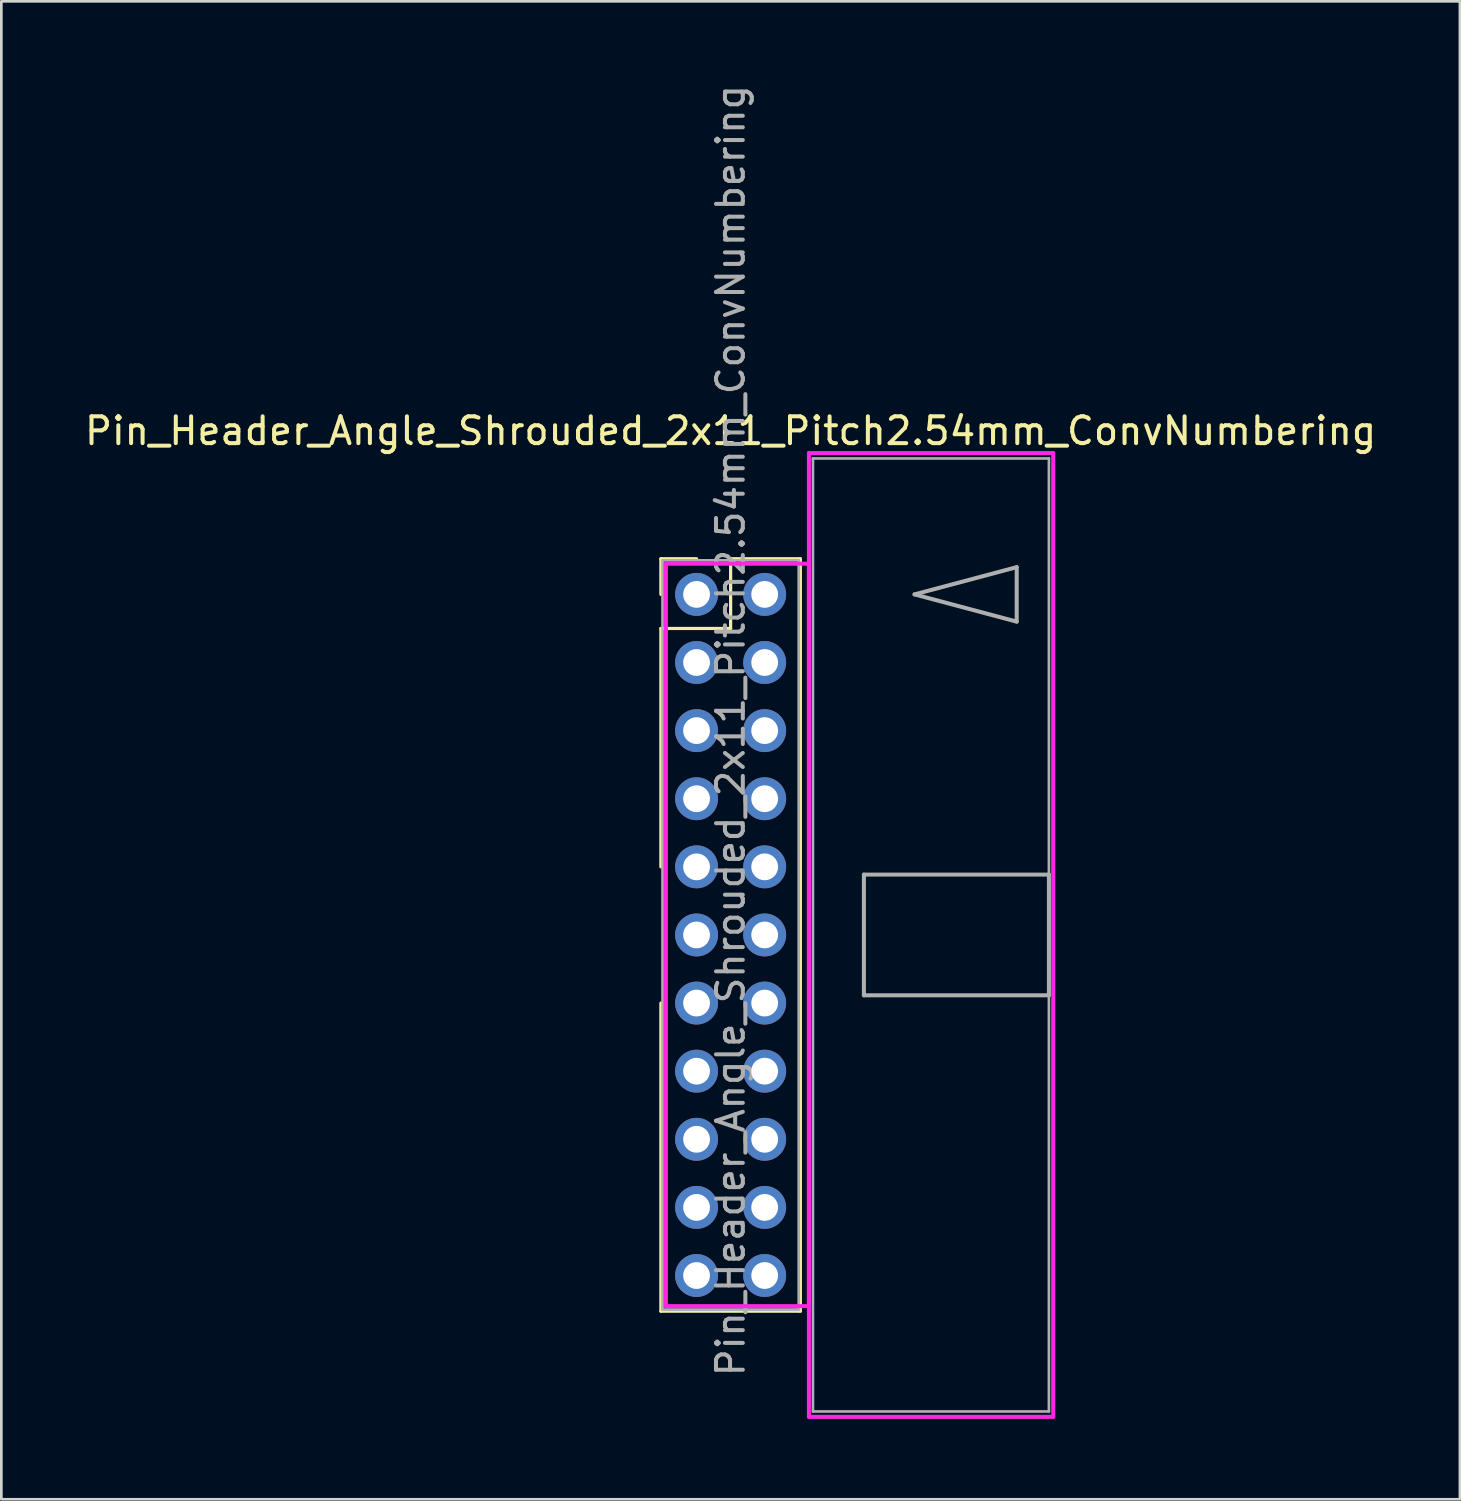
<source format=kicad_pcb>
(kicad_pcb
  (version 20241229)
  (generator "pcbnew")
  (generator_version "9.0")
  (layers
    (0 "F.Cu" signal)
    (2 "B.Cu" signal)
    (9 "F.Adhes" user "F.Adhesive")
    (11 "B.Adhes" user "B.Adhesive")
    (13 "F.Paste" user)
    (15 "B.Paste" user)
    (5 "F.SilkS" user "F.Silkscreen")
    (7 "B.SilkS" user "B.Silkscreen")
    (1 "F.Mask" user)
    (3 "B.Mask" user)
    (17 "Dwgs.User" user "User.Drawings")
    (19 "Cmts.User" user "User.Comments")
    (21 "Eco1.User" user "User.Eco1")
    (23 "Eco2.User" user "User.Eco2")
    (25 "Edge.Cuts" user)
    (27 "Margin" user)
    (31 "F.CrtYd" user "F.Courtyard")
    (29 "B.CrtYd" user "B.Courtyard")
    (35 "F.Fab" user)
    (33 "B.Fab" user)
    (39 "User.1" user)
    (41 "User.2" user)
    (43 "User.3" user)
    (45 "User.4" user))
  (footprint "Pin_Header_Angle_Shrouded_2x11_Pitch2.54mm_ConvNumbering"
    (layer "F.Cu")
    (at 22.926 19.116)
    (property "Reference" "Pin_Header_Angle_Shrouded_2x11_Pitch2.54mm_ConvNumbering" (at 1.27 -6.096 0) (layer "F.SilkS") (effects (font (size 1 1) (thickness 0.15))))
    (attr through_hole)
    (fp_line (start -1.33 -1.33) (end 0 -1.33) (stroke (width 0.12) (type solid)) (layer "F.SilkS"))
    (fp_line (start -1.33 0) (end -1.33 -1.33) (stroke (width 0.12) (type solid)) (layer "F.SilkS"))
    (fp_line (start -1.33 1.27) (end -1.33 10.16) (stroke (width 0.12) (type solid)) (layer "F.SilkS"))
    (fp_line (start -1.33 1.27) (end 1.27 1.27) (stroke (width 0.12) (type solid)) (layer "F.SilkS"))
    (fp_line (start -1.33 15.24) (end -1.33 26.73) (stroke (width 0.12) (type solid)) (layer "F.SilkS"))
    (fp_line (start -1.33 26.73) (end 3.87 26.73) (stroke (width 0.12) (type solid)) (layer "F.SilkS"))
    (fp_line (start 1.27 -1.33) (end 3.87 -1.33) (stroke (width 0.12) (type solid)) (layer "F.SilkS"))
    (fp_line (start 1.27 1.27) (end 1.27 -1.33) (stroke (width 0.12) (type solid)) (layer "F.SilkS"))
    (fp_line (start 3.87 -1.33) (end 3.87 26.73) (stroke (width 0.12) (type solid)) (layer "F.SilkS"))
    (fp_line (start -1.143 -1.143) (end -1.143 26.543) (stroke (width 0.15) (type solid)) (layer "F.CrtYd"))
    (fp_line (start -1.143 26.543) (end 4.19 26.543) (stroke (width 0.15) (type solid)) (layer "F.CrtYd"))
    (fp_line (start 4.19 -5.27) (end 4.19 30.67) (stroke (width 0.15) (type solid)) (layer "F.CrtYd"))
    (fp_line (start 4.19 -1.143) (end -1.143 -1.143) (stroke (width 0.15) (type solid)) (layer "F.CrtYd"))
    (fp_line (start 4.19 26.543) (end 4.19 -1.143) (stroke (width 0.15) (type solid)) (layer "F.CrtYd"))
    (fp_line (start 4.19 30.67) (end 13.3 30.67) (stroke (width 0.15) (type solid)) (layer "F.CrtYd"))
    (fp_line (start 13.3 -5.27) (end 4.19 -5.27) (stroke (width 0.15) (type solid)) (layer "F.CrtYd"))
    (fp_line (start 13.3 30.67) (end 13.3 -5.27) (stroke (width 0.15) (type solid)) (layer "F.CrtYd"))
    (fp_line (start -1.27 -1.27) (end -1.27 26.67) (stroke (width 0.1) (type solid)) (layer "F.Fab"))
    (fp_line (start -1.27 26.67) (end 3.81 26.67) (stroke (width 0.1) (type solid)) (layer "F.Fab"))
    (fp_line (start 3.81 -1.27) (end -1.27 -1.27) (stroke (width 0.1) (type solid)) (layer "F.Fab"))
    (fp_line (start 3.81 26.67) (end 3.81 -1.27) (stroke (width 0.1) (type solid)) (layer "F.Fab"))
    (fp_line (start 4.34 -5.07) (end 4.34 30.47) (stroke (width 0.1) (type solid)) (layer "F.Fab"))
    (fp_line (start 4.34 30.47) (end 13.14 30.47) (stroke (width 0.1) (type solid)) (layer "F.Fab"))
    (fp_line (start 6.24 10.45) (end 6.24 14.95) (stroke (width 0.15) (type solid)) (layer "F.Fab"))
    (fp_line (start 6.24 14.95) (end 13.14 14.95) (stroke (width 0.15) (type solid)) (layer "F.Fab"))
    (fp_line (start 8.128 0) (end 11.938 -1.016) (stroke (width 0.15) (type solid)) (layer "F.Fab"))
    (fp_line (start 11.938 -1.016) (end 11.938 1.016) (stroke (width 0.15) (type solid)) (layer "F.Fab"))
    (fp_line (start 11.938 1.016) (end 8.128 0) (stroke (width 0.15) (type solid)) (layer "F.Fab"))
    (fp_line (start 13.14 -5.07) (end 4.34 -5.07) (stroke (width 0.1) (type solid)) (layer "F.Fab"))
    (fp_line (start 13.14 10.45) (end 6.24 10.45) (stroke (width 0.15) (type solid)) (layer "F.Fab"))
    (fp_line (start 13.14 14.95) (end 13.14 10.45) (stroke (width 0.15) (type solid)) (layer "F.Fab"))
    (fp_line (start 13.14 30.47) (end 13.14 -5.07) (stroke (width 0.1) (type solid)) (layer "F.Fab"))
    (fp_text user "${REFERENCE}" (at 1.27 5.08 90) (layer "F.Fab") (effects (font (size 1 1) (thickness 0.15))))
    (pad "1" thru_hole oval (at 0 0) (size 1.6 1.6) (drill 1) (layers "*.Cu" "*.Mask"))
    (pad "2" thru_hole oval (at 2.54 0) (size 1.6 1.6) (drill 1) (layers "*.Cu" "*.Mask"))
    (pad "3" thru_hole oval (at 0 2.54) (size 1.6 1.6) (drill 1) (layers "*.Cu" "*.Mask"))
    (pad "4" thru_hole oval (at 2.54 2.54) (size 1.6 1.6) (drill 1) (layers "*.Cu" "*.Mask"))
    (pad "5" thru_hole oval (at 0 5.08) (size 1.6 1.6) (drill 1) (layers "*.Cu" "*.Mask"))
    (pad "6" thru_hole oval (at 2.54 5.08) (size 1.6 1.6) (drill 1) (layers "*.Cu" "*.Mask"))
    (pad "7" thru_hole oval (at 0 7.62) (size 1.6 1.6) (drill 1) (layers "*.Cu" "*.Mask"))
    (pad "8" thru_hole oval (at 2.54 7.62) (size 1.6 1.6) (drill 1) (layers "*.Cu" "*.Mask"))
    (pad "9" thru_hole oval (at 0 10.16) (size 1.6 1.6) (drill 1) (layers "*.Cu" "*.Mask"))
    (pad "10" thru_hole oval (at 2.54 10.16) (size 1.6 1.6) (drill 1) (layers "*.Cu" "*.Mask"))
    (pad "11" thru_hole oval (at 0 12.7) (size 1.6 1.6) (drill 1) (layers "*.Cu" "*.Mask"))
    (pad "12" thru_hole oval (at 2.54 12.7) (size 1.6 1.6) (drill 1) (layers "*.Cu" "*.Mask"))
    (pad "13" thru_hole oval (at 0 15.24) (size 1.6 1.6) (drill 1) (layers "*.Cu" "*.Mask"))
    (pad "14" thru_hole oval (at 2.54 15.24) (size 1.6 1.6) (drill 1) (layers "*.Cu" "*.Mask"))
    (pad "15" thru_hole oval (at 0 17.78) (size 1.6 1.6) (drill 1) (layers "*.Cu" "*.Mask"))
    (pad "16" thru_hole oval (at 2.54 17.78) (size 1.6 1.6) (drill 1) (layers "*.Cu" "*.Mask"))
    (pad "17" thru_hole oval (at 0 20.32) (size 1.6 1.6) (drill 1) (layers "*.Cu" "*.Mask"))
    (pad "18" thru_hole oval (at 2.54 20.32) (size 1.6 1.6) (drill 1) (layers "*.Cu" "*.Mask"))
    (pad "19" thru_hole oval (at 0 22.86) (size 1.6 1.6) (drill 1) (layers "*.Cu" "*.Mask"))
    (pad "20" thru_hole oval (at 2.54 22.86) (size 1.6 1.6) (drill 1) (layers "*.Cu" "*.Mask"))
    (pad "21" thru_hole oval (at 0 25.4) (size 1.6 1.6) (drill 1) (layers "*.Cu" "*.Mask"))
    (pad "22" thru_hole oval (at 2.54 25.4) (size 1.6 1.6) (drill 1) (layers "*.Cu" "*.Mask")))
  (gr_rect
    (start -3 -3)
    (end 51.393 52.861)
    (stroke (width 0.1) (type default))
    (fill no)
    (layer "Edge.Cuts")))
</source>
